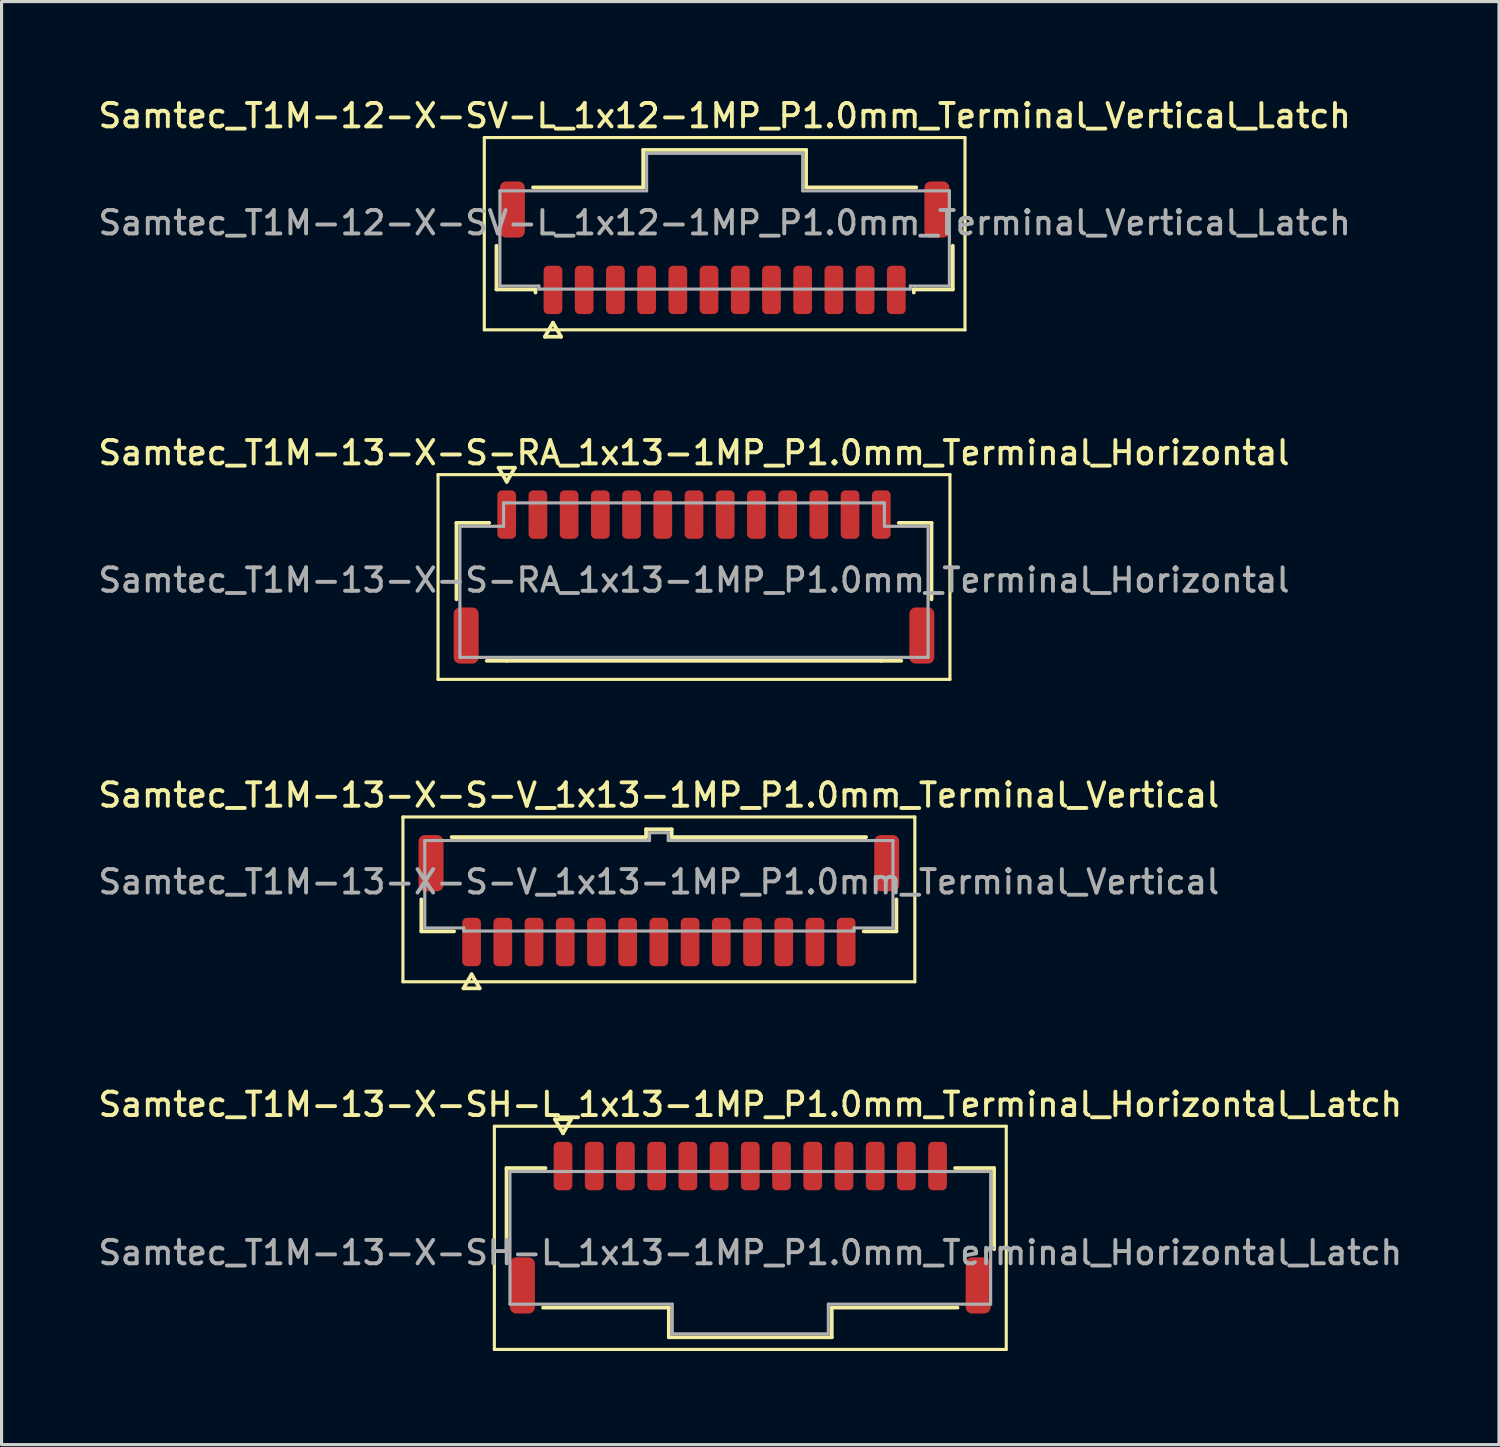
<source format=kicad_pcb>
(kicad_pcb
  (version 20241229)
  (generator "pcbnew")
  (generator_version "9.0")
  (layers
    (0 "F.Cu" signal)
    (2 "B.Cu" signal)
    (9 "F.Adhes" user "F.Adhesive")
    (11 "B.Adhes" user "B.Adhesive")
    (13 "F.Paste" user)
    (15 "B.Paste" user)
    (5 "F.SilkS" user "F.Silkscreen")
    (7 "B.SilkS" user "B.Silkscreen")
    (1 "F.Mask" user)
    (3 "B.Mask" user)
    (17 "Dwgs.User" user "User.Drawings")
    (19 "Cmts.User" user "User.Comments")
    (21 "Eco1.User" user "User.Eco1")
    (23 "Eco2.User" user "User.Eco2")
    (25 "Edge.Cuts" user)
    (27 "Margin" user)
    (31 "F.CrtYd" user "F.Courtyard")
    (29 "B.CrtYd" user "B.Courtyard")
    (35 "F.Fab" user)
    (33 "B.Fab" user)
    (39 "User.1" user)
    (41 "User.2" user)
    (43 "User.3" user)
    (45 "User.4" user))
  (footprint "Samtec_T1M-13-X-S-V_1x13-1MP_P1.0mm_Terminal_Vertical"
    (layer "F.Cu")
    (at 18.059 25.204)
    (property "Reference" "Samtec_T1M-13-X-S-V_1x13-1MP_P1.0mm_Terminal_Vertical" (at 0 -2.78 0) (layer "F.SilkS") (effects (font (size 0.75 0.75) (thickness 0.125))))
    (attr smd)
    (fp_line (start -8.2 -2.08) (end -8.2 3.2) (stroke (width 0.1) (type solid)) (layer "F.SilkS"))
    (fp_line (start -8.2 3.2) (end 8.2 3.2) (stroke (width 0.1) (type solid)) (layer "F.SilkS"))
    (fp_line (start -7.61 1.585) (end -7.61 0.56) (stroke (width 0.12) (type solid)) (layer "F.SilkS"))
    (fp_line (start -6.64 -1.435) (end -0.41 -1.435) (stroke (width 0.12) (type solid)) (layer "F.SilkS"))
    (fp_line (start -6.56 1.585) (end -7.61 1.585) (stroke (width 0.12) (type solid)) (layer "F.SilkS"))
    (fp_line (start -6.26 3.41) (end -6 2.96) (stroke (width 0.12) (type solid)) (layer "F.SilkS"))
    (fp_line (start -6 2.96) (end -5.74 3.41) (stroke (width 0.12) (type solid)) (layer "F.SilkS"))
    (fp_line (start -5.74 3.41) (end -6.26 3.41) (stroke (width 0.12) (type solid)) (layer "F.SilkS"))
    (fp_line (start -0.41 -1.685) (end 0.41 -1.685) (stroke (width 0.12) (type solid)) (layer "F.SilkS"))
    (fp_line (start -0.41 -1.435) (end -0.41 -1.685) (stroke (width 0.12) (type solid)) (layer "F.SilkS"))
    (fp_line (start 0.41 -1.685) (end 0.41 -1.435) (stroke (width 0.12) (type solid)) (layer "F.SilkS"))
    (fp_line (start 0.41 -1.435) (end 6.64 -1.435) (stroke (width 0.12) (type solid)) (layer "F.SilkS"))
    (fp_line (start 7.61 0.56) (end 7.61 1.585) (stroke (width 0.12) (type solid)) (layer "F.SilkS"))
    (fp_line (start 7.61 1.585) (end 6.56 1.585) (stroke (width 0.12) (type solid)) (layer "F.SilkS"))
    (fp_line (start 8.2 -2.08) (end -8.2 -2.08) (stroke (width 0.1) (type solid)) (layer "F.SilkS"))
    (fp_line (start 8.2 3.2) (end 8.2 -2.08) (stroke (width 0.1) (type solid)) (layer "F.SilkS"))
    (fp_line (start -7.5 -1.325) (end -0.3 -1.325) (stroke (width 0.1) (type solid)) (layer "F.Fab"))
    (fp_line (start -7.5 1.475) (end -7.5 -1.325) (stroke (width 0.1) (type solid)) (layer "F.Fab"))
    (fp_line (start -6.25 1.475) (end -7.5 1.475) (stroke (width 0.1) (type solid)) (layer "F.Fab"))
    (fp_line (start -6.25 1.575) (end -6.25 1.475) (stroke (width 0.1) (type solid)) (layer "F.Fab"))
    (fp_line (start -0.3 -1.575) (end 0.3 -1.575) (stroke (width 0.1) (type solid)) (layer "F.Fab"))
    (fp_line (start -0.3 -1.325) (end -0.3 -1.575) (stroke (width 0.1) (type solid)) (layer "F.Fab"))
    (fp_line (start 0.3 -1.575) (end 0.3 -1.325) (stroke (width 0.1) (type solid)) (layer "F.Fab"))
    (fp_line (start 0.3 -1.325) (end 7.5 -1.325) (stroke (width 0.1) (type solid)) (layer "F.Fab"))
    (fp_line (start 6.25 1.475) (end 6.25 1.575) (stroke (width 0.1) (type solid)) (layer "F.Fab"))
    (fp_line (start 6.25 1.575) (end -6.25 1.575) (stroke (width 0.1) (type solid)) (layer "F.Fab"))
    (fp_line (start 7.5 -1.325) (end 7.5 1.475) (stroke (width 0.1) (type solid)) (layer "F.Fab"))
    (fp_line (start 7.5 1.475) (end 6.25 1.475) (stroke (width 0.1) (type solid)) (layer "F.Fab"))
    (fp_text user "${REFERENCE}" (at 0 0 0) (layer "F.Fab") (effects (font (size 0.75 0.75) (thickness 0.125))))
    (pad "1" smd roundrect (at -6 1.925) (size 0.6 1.55) (layers "F.Cu" "F.Mask" "F.Paste") (roundrect_rratio 0.25))
    (pad "2" smd roundrect (at -5 1.925) (size 0.6 1.55) (layers "F.Cu" "F.Mask" "F.Paste") (roundrect_rratio 0.25))
    (pad "3" smd roundrect (at -4 1.925) (size 0.6 1.55) (layers "F.Cu" "F.Mask" "F.Paste") (roundrect_rratio 0.25))
    (pad "4" smd roundrect (at -3 1.925) (size 0.6 1.55) (layers "F.Cu" "F.Mask" "F.Paste") (roundrect_rratio 0.25))
    (pad "5" smd roundrect (at -2 1.925) (size 0.6 1.55) (layers "F.Cu" "F.Mask" "F.Paste") (roundrect_rratio 0.25))
    (pad "6" smd roundrect (at -1 1.925) (size 0.6 1.55) (layers "F.Cu" "F.Mask" "F.Paste") (roundrect_rratio 0.25))
    (pad "7" smd roundrect (at 0 1.925) (size 0.6 1.55) (layers "F.Cu" "F.Mask" "F.Paste") (roundrect_rratio 0.25))
    (pad "8" smd roundrect (at 1 1.925) (size 0.6 1.55) (layers "F.Cu" "F.Mask" "F.Paste") (roundrect_rratio 0.25))
    (pad "9" smd roundrect (at 2 1.925) (size 0.6 1.55) (layers "F.Cu" "F.Mask" "F.Paste") (roundrect_rratio 0.25))
    (pad "10" smd roundrect (at 3 1.925) (size 0.6 1.55) (layers "F.Cu" "F.Mask" "F.Paste") (roundrect_rratio 0.25))
    (pad "11" smd roundrect (at 4 1.925) (size 0.6 1.55) (layers "F.Cu" "F.Mask" "F.Paste") (roundrect_rratio 0.25))
    (pad "12" smd roundrect (at 5 1.925) (size 0.6 1.55) (layers "F.Cu" "F.Mask" "F.Paste") (roundrect_rratio 0.25))
    (pad "13" smd roundrect (at 6 1.925) (size 0.6 1.55) (layers "F.Cu" "F.Mask" "F.Paste") (roundrect_rratio 0.25))
    (pad "MP" smd roundrect (at -7.3 -0.6) (size 0.8 1.8) (layers "F.Cu" "F.Mask" "F.Paste") (roundrect_rratio 0.25))
    (pad "MP" smd roundrect (at 7.3 -0.6) (size 0.8 1.8) (layers "F.Cu" "F.Mask" "F.Paste") (roundrect_rratio 0.25)))
  (footprint "Samtec_T1M-13-X-SH-L_1x13-1MP_P1.0mm_Terminal_Horizontal_Latch"
    (layer "F.Cu")
    (at 20.988 37.083)
    (property "Reference" "Samtec_T1M-13-X-SH-L_1x13-1MP_P1.0mm_Terminal_Horizontal_Latch" (at 0 -4.75 0) (layer "F.SilkS") (effects (font (size 0.75 0.75) (thickness 0.125))))
    (attr smd)
    (fp_line (start -8.2 -4.05) (end -8.2 3.1) (stroke (width 0.1) (type solid)) (layer "F.SilkS"))
    (fp_line (start -8.2 3.1) (end 8.2 3.1) (stroke (width 0.1) (type solid)) (layer "F.SilkS"))
    (fp_line (start -7.81 -2.71) (end -6.56 -2.71) (stroke (width 0.12) (type solid)) (layer "F.SilkS"))
    (fp_line (start -7.81 -0.11) (end -7.81 -2.71) (stroke (width 0.12) (type solid)) (layer "F.SilkS"))
    (fp_line (start -6.26 -4.275) (end -6 -3.825) (stroke (width 0.12) (type solid)) (layer "F.SilkS"))
    (fp_line (start -6 -3.825) (end -5.74 -4.275) (stroke (width 0.12) (type solid)) (layer "F.SilkS"))
    (fp_line (start -5.74 -4.275) (end -6.26 -4.275) (stroke (width 0.12) (type solid)) (layer "F.SilkS"))
    (fp_line (start -2.61 1.76) (end -6.64 1.76) (stroke (width 0.12) (type solid)) (layer "F.SilkS"))
    (fp_line (start -2.61 2.71) (end -2.61 1.76) (stroke (width 0.12) (type solid)) (layer "F.SilkS"))
    (fp_line (start 2.61 1.76) (end 2.61 2.71) (stroke (width 0.12) (type solid)) (layer "F.SilkS"))
    (fp_line (start 2.61 2.71) (end -2.61 2.71) (stroke (width 0.12) (type solid)) (layer "F.SilkS"))
    (fp_line (start 6.56 -2.71) (end 7.81 -2.71) (stroke (width 0.12) (type solid)) (layer "F.SilkS"))
    (fp_line (start 6.64 1.76) (end 2.61 1.76) (stroke (width 0.12) (type solid)) (layer "F.SilkS"))
    (fp_line (start 7.81 -2.71) (end 7.81 -0.11) (stroke (width 0.12) (type solid)) (layer "F.SilkS"))
    (fp_line (start 8.2 -4.05) (end -8.2 -4.05) (stroke (width 0.1) (type solid)) (layer "F.SilkS"))
    (fp_line (start 8.2 3.1) (end 8.2 -4.05) (stroke (width 0.1) (type solid)) (layer "F.SilkS"))
    (fp_line (start -7.7 -2.6) (end 7.7 -2.6) (stroke (width 0.1) (type solid)) (layer "F.Fab"))
    (fp_line (start -7.7 1.65) (end -7.7 -2.6) (stroke (width 0.1) (type solid)) (layer "F.Fab"))
    (fp_line (start -2.5 1.65) (end -7.7 1.65) (stroke (width 0.1) (type solid)) (layer "F.Fab"))
    (fp_line (start -2.5 2.6) (end -2.5 1.65) (stroke (width 0.1) (type solid)) (layer "F.Fab"))
    (fp_line (start 2.5 1.65) (end 2.5 2.6) (stroke (width 0.1) (type solid)) (layer "F.Fab"))
    (fp_line (start 2.5 2.6) (end -2.5 2.6) (stroke (width 0.1) (type solid)) (layer "F.Fab"))
    (fp_line (start 7.7 -2.6) (end 7.7 1.65) (stroke (width 0.1) (type solid)) (layer "F.Fab"))
    (fp_line (start 7.7 1.65) (end 2.5 1.65) (stroke (width 0.1) (type solid)) (layer "F.Fab"))
    (fp_text user "${REFERENCE}" (at 0 0 0) (layer "F.Fab") (effects (font (size 0.75 0.75) (thickness 0.125))))
    (pad "1" smd roundrect (at -6 -2.775) (size 0.6 1.55) (layers "F.Cu" "F.Mask" "F.Paste") (roundrect_rratio 0.25))
    (pad "2" smd roundrect (at -5 -2.775) (size 0.6 1.55) (layers "F.Cu" "F.Mask" "F.Paste") (roundrect_rratio 0.25))
    (pad "3" smd roundrect (at -4 -2.775) (size 0.6 1.55) (layers "F.Cu" "F.Mask" "F.Paste") (roundrect_rratio 0.25))
    (pad "4" smd roundrect (at -3 -2.775) (size 0.6 1.55) (layers "F.Cu" "F.Mask" "F.Paste") (roundrect_rratio 0.25))
    (pad "5" smd roundrect (at -2 -2.775) (size 0.6 1.55) (layers "F.Cu" "F.Mask" "F.Paste") (roundrect_rratio 0.25))
    (pad "6" smd roundrect (at -1 -2.775) (size 0.6 1.55) (layers "F.Cu" "F.Mask" "F.Paste") (roundrect_rratio 0.25))
    (pad "7" smd roundrect (at 0 -2.775) (size 0.6 1.55) (layers "F.Cu" "F.Mask" "F.Paste") (roundrect_rratio 0.25))
    (pad "8" smd roundrect (at 1 -2.775) (size 0.6 1.55) (layers "F.Cu" "F.Mask" "F.Paste") (roundrect_rratio 0.25))
    (pad "9" smd roundrect (at 2 -2.775) (size 0.6 1.55) (layers "F.Cu" "F.Mask" "F.Paste") (roundrect_rratio 0.25))
    (pad "10" smd roundrect (at 3 -2.775) (size 0.6 1.55) (layers "F.Cu" "F.Mask" "F.Paste") (roundrect_rratio 0.25))
    (pad "11" smd roundrect (at 4 -2.775) (size 0.6 1.55) (layers "F.Cu" "F.Mask" "F.Paste") (roundrect_rratio 0.25))
    (pad "12" smd roundrect (at 5 -2.775) (size 0.6 1.55) (layers "F.Cu" "F.Mask" "F.Paste") (roundrect_rratio 0.25))
    (pad "13" smd roundrect (at 6 -2.775) (size 0.6 1.55) (layers "F.Cu" "F.Mask" "F.Paste") (roundrect_rratio 0.25))
    (pad "MP" smd roundrect (at -7.3 1.05) (size 0.8 1.8) (layers "F.Cu" "F.Mask" "F.Paste") (roundrect_rratio 0.25))
    (pad "MP" smd roundrect (at 7.3 1.05) (size 0.8 1.8) (layers "F.Cu" "F.Mask" "F.Paste") (roundrect_rratio 0.25)))
  (footprint "Samtec_T1M-13-X-S-RA_1x13-1MP_P1.0mm_Terminal_Horizontal"
    (layer "F.Cu")
    (at 19.184 15.536)
    (property "Reference" "Samtec_T1M-13-X-S-RA_1x13-1MP_P1.0mm_Terminal_Horizontal" (at 0 -4.08 0) (layer "F.SilkS") (effects (font (size 0.75 0.75) (thickness 0.125))))
    (attr smd)
    (fp_line (start -8.2 -3.38) (end -8.2 3.18) (stroke (width 0.1) (type solid)) (layer "F.SilkS"))
    (fp_line (start -8.2 3.18) (end 8.2 3.18) (stroke (width 0.1) (type solid)) (layer "F.SilkS"))
    (fp_line (start -7.61 -1.835) (end -6.56 -1.835) (stroke (width 0.12) (type solid)) (layer "F.SilkS"))
    (fp_line (start -7.61 0.615) (end -7.61 -1.835) (stroke (width 0.12) (type solid)) (layer "F.SilkS"))
    (fp_line (start -6.26 -3.6) (end -6 -3.15) (stroke (width 0.12) (type solid)) (layer "F.SilkS"))
    (fp_line (start -6 -3.15) (end -5.74 -3.6) (stroke (width 0.12) (type solid)) (layer "F.SilkS"))
    (fp_line (start -6 2.585) (end -6.64 2.585) (stroke (width 0.12) (type solid)) (layer "F.SilkS"))
    (fp_line (start -5.74 -3.6) (end -6.26 -3.6) (stroke (width 0.12) (type solid)) (layer "F.SilkS"))
    (fp_line (start 6 2.585) (end -6 2.585) (stroke (width 0.12) (type solid)) (layer "F.SilkS"))
    (fp_line (start 6.56 -1.835) (end 7.61 -1.835) (stroke (width 0.12) (type solid)) (layer "F.SilkS"))
    (fp_line (start 6.64 2.585) (end 6 2.585) (stroke (width 0.12) (type solid)) (layer "F.SilkS"))
    (fp_line (start 7.61 -1.835) (end 7.61 0.615) (stroke (width 0.12) (type solid)) (layer "F.SilkS"))
    (fp_line (start 8.2 -3.38) (end -8.2 -3.38) (stroke (width 0.1) (type solid)) (layer "F.SilkS"))
    (fp_line (start 8.2 3.18) (end 8.2 -3.38) (stroke (width 0.1) (type solid)) (layer "F.SilkS"))
    (fp_line (start -7.5 -1.725) (end -6.1 -1.725) (stroke (width 0.1) (type solid)) (layer "F.Fab"))
    (fp_line (start -7.5 2.475) (end -7.5 -1.725) (stroke (width 0.1) (type solid)) (layer "F.Fab"))
    (fp_line (start -6.1 -2.475) (end -6 -2.475) (stroke (width 0.1) (type solid)) (layer "F.Fab"))
    (fp_line (start -6.1 -1.725) (end -6.1 -2.475) (stroke (width 0.1) (type solid)) (layer "F.Fab"))
    (fp_line (start -6 -2.475) (end 6 -2.475) (stroke (width 0.1) (type solid)) (layer "F.Fab"))
    (fp_line (start -6 2.475) (end -7.5 2.475) (stroke (width 0.1) (type solid)) (layer "F.Fab"))
    (fp_line (start 6 -2.475) (end 6.1 -2.475) (stroke (width 0.1) (type solid)) (layer "F.Fab"))
    (fp_line (start 6 2.475) (end -6 2.475) (stroke (width 0.1) (type solid)) (layer "F.Fab"))
    (fp_line (start 6.1 -2.475) (end 6.1 -1.725) (stroke (width 0.1) (type solid)) (layer "F.Fab"))
    (fp_line (start 6.1 -1.725) (end 7.5 -1.725) (stroke (width 0.1) (type solid)) (layer "F.Fab"))
    (fp_line (start 7.5 -1.725) (end 7.5 2.475) (stroke (width 0.1) (type solid)) (layer "F.Fab"))
    (fp_line (start 7.5 2.475) (end 6 2.475) (stroke (width 0.1) (type solid)) (layer "F.Fab"))
    (fp_text user "${REFERENCE}" (at 0 0 0) (layer "F.Fab") (effects (font (size 0.75 0.75) (thickness 0.125))))
    (pad "1" smd roundrect (at -6 -2.1) (size 0.6 1.55) (layers "F.Cu" "F.Mask" "F.Paste") (roundrect_rratio 0.25))
    (pad "2" smd roundrect (at -5 -2.1) (size 0.6 1.55) (layers "F.Cu" "F.Mask" "F.Paste") (roundrect_rratio 0.25))
    (pad "3" smd roundrect (at -4 -2.1) (size 0.6 1.55) (layers "F.Cu" "F.Mask" "F.Paste") (roundrect_rratio 0.25))
    (pad "4" smd roundrect (at -3 -2.1) (size 0.6 1.55) (layers "F.Cu" "F.Mask" "F.Paste") (roundrect_rratio 0.25))
    (pad "5" smd roundrect (at -2 -2.1) (size 0.6 1.55) (layers "F.Cu" "F.Mask" "F.Paste") (roundrect_rratio 0.25))
    (pad "6" smd roundrect (at -1 -2.1) (size 0.6 1.55) (layers "F.Cu" "F.Mask" "F.Paste") (roundrect_rratio 0.25))
    (pad "7" smd roundrect (at 0 -2.1) (size 0.6 1.55) (layers "F.Cu" "F.Mask" "F.Paste") (roundrect_rratio 0.25))
    (pad "8" smd roundrect (at 1 -2.1) (size 0.6 1.55) (layers "F.Cu" "F.Mask" "F.Paste") (roundrect_rratio 0.25))
    (pad "9" smd roundrect (at 2 -2.1) (size 0.6 1.55) (layers "F.Cu" "F.Mask" "F.Paste") (roundrect_rratio 0.25))
    (pad "10" smd roundrect (at 3 -2.1) (size 0.6 1.55) (layers "F.Cu" "F.Mask" "F.Paste") (roundrect_rratio 0.25))
    (pad "11" smd roundrect (at 4 -2.1) (size 0.6 1.55) (layers "F.Cu" "F.Mask" "F.Paste") (roundrect_rratio 0.25))
    (pad "12" smd roundrect (at 5 -2.1) (size 0.6 1.55) (layers "F.Cu" "F.Mask" "F.Paste") (roundrect_rratio 0.25))
    (pad "13" smd roundrect (at 6 -2.1) (size 0.6 1.55) (layers "F.Cu" "F.Mask" "F.Paste") (roundrect_rratio 0.25))
    (pad "MP" smd roundrect (at -7.3 1.775) (size 0.8 1.8) (layers "F.Cu" "F.Mask" "F.Paste") (roundrect_rratio 0.25))
    (pad "MP" smd roundrect (at 7.3 1.775) (size 0.8 1.8) (layers "F.Cu" "F.Mask" "F.Paste") (roundrect_rratio 0.25)))
  (footprint "Samtec_T1M-12-X-SV-L_1x12-1MP_P1.0mm_Terminal_Vertical_Latch"
    (layer "F.Cu")
    (at 20.166 4.088)
    (property "Reference" "Samtec_T1M-12-X-SV-L_1x12-1MP_P1.0mm_Terminal_Vertical_Latch" (at 0 -3.43 0) (layer "F.SilkS") (effects (font (size 0.75 0.75) (thickness 0.125))))
    (attr smd)
    (fp_line (start -7.7 -2.73) (end -7.7 3.43) (stroke (width 0.1) (type solid)) (layer "F.SilkS"))
    (fp_line (start -7.7 3.43) (end 7.7 3.43) (stroke (width 0.1) (type solid)) (layer "F.SilkS"))
    (fp_line (start -7.31 2.135) (end -7.31 0.735) (stroke (width 0.12) (type solid)) (layer "F.SilkS"))
    (fp_line (start -6.14 -1.135) (end -2.61 -1.135) (stroke (width 0.12) (type solid)) (layer "F.SilkS"))
    (fp_line (start -6.06 2.135) (end -7.31 2.135) (stroke (width 0.12) (type solid)) (layer "F.SilkS"))
    (fp_line (start -6.06 2.235) (end -6.06 2.135) (stroke (width 0.12) (type solid)) (layer "F.SilkS"))
    (fp_line (start -5.76 3.65) (end -5.5 3.2) (stroke (width 0.12) (type solid)) (layer "F.SilkS"))
    (fp_line (start -5.5 3.2) (end -5.24 3.65) (stroke (width 0.12) (type solid)) (layer "F.SilkS"))
    (fp_line (start -5.24 3.65) (end -5.76 3.65) (stroke (width 0.12) (type solid)) (layer "F.SilkS"))
    (fp_line (start -2.61 -2.335) (end 2.61 -2.335) (stroke (width 0.12) (type solid)) (layer "F.SilkS"))
    (fp_line (start -2.61 -1.135) (end -2.61 -2.335) (stroke (width 0.12) (type solid)) (layer "F.SilkS"))
    (fp_line (start 2.61 -2.335) (end 2.61 -1.135) (stroke (width 0.12) (type solid)) (layer "F.SilkS"))
    (fp_line (start 2.61 -1.135) (end 6.14 -1.135) (stroke (width 0.12) (type solid)) (layer "F.SilkS"))
    (fp_line (start 6.06 2.135) (end 6.06 2.235) (stroke (width 0.12) (type solid)) (layer "F.SilkS"))
    (fp_line (start 7.31 0.735) (end 7.31 2.135) (stroke (width 0.12) (type solid)) (layer "F.SilkS"))
    (fp_line (start 7.31 2.135) (end 6.06 2.135) (stroke (width 0.12) (type solid)) (layer "F.SilkS"))
    (fp_line (start 7.7 -2.73) (end -7.7 -2.73) (stroke (width 0.1) (type solid)) (layer "F.SilkS"))
    (fp_line (start 7.7 3.43) (end 7.7 -2.73) (stroke (width 0.1) (type solid)) (layer "F.SilkS"))
    (fp_line (start -7.2 -1.025) (end -2.5 -1.025) (stroke (width 0.1) (type solid)) (layer "F.Fab"))
    (fp_line (start -7.2 2.025) (end -7.2 -1.025) (stroke (width 0.1) (type solid)) (layer "F.Fab"))
    (fp_line (start -5.95 2.025) (end -7.2 2.025) (stroke (width 0.1) (type solid)) (layer "F.Fab"))
    (fp_line (start -5.95 2.125) (end -5.95 2.025) (stroke (width 0.1) (type solid)) (layer "F.Fab"))
    (fp_line (start -2.5 -2.225) (end 2.5 -2.225) (stroke (width 0.1) (type solid)) (layer "F.Fab"))
    (fp_line (start -2.5 -1.025) (end -2.5 -2.225) (stroke (width 0.1) (type solid)) (layer "F.Fab"))
    (fp_line (start 2.5 -2.225) (end 2.5 -1.025) (stroke (width 0.1) (type solid)) (layer "F.Fab"))
    (fp_line (start 2.5 -1.025) (end 7.2 -1.025) (stroke (width 0.1) (type solid)) (layer "F.Fab"))
    (fp_line (start 5.95 2.025) (end 5.95 2.125) (stroke (width 0.1) (type solid)) (layer "F.Fab"))
    (fp_line (start 5.95 2.125) (end -5.95 2.125) (stroke (width 0.1) (type solid)) (layer "F.Fab"))
    (fp_line (start 7.2 -1.025) (end 7.2 2.025) (stroke (width 0.1) (type solid)) (layer "F.Fab"))
    (fp_line (start 7.2 2.025) (end 5.95 2.025) (stroke (width 0.1) (type solid)) (layer "F.Fab"))
    (fp_text user "${REFERENCE}" (at 0 0 0) (layer "F.Fab") (effects (font (size 0.75 0.75) (thickness 0.125))))
    (pad "1" smd roundrect (at -5.5 2.15) (size 0.6 1.55) (layers "F.Cu" "F.Mask" "F.Paste") (roundrect_rratio 0.25))
    (pad "2" smd roundrect (at -4.5 2.15) (size 0.6 1.55) (layers "F.Cu" "F.Mask" "F.Paste") (roundrect_rratio 0.25))
    (pad "3" smd roundrect (at -3.5 2.15) (size 0.6 1.55) (layers "F.Cu" "F.Mask" "F.Paste") (roundrect_rratio 0.25))
    (pad "4" smd roundrect (at -2.5 2.15) (size 0.6 1.55) (layers "F.Cu" "F.Mask" "F.Paste") (roundrect_rratio 0.25))
    (pad "5" smd roundrect (at -1.5 2.15) (size 0.6 1.55) (layers "F.Cu" "F.Mask" "F.Paste") (roundrect_rratio 0.25))
    (pad "6" smd roundrect (at -0.5 2.15) (size 0.6 1.55) (layers "F.Cu" "F.Mask" "F.Paste") (roundrect_rratio 0.25))
    (pad "7" smd roundrect (at 0.5 2.15) (size 0.6 1.55) (layers "F.Cu" "F.Mask" "F.Paste") (roundrect_rratio 0.25))
    (pad "8" smd roundrect (at 1.5 2.15) (size 0.6 1.55) (layers "F.Cu" "F.Mask" "F.Paste") (roundrect_rratio 0.25))
    (pad "9" smd roundrect (at 2.5 2.15) (size 0.6 1.55) (layers "F.Cu" "F.Mask" "F.Paste") (roundrect_rratio 0.25))
    (pad "10" smd roundrect (at 3.5 2.15) (size 0.6 1.55) (layers "F.Cu" "F.Mask" "F.Paste") (roundrect_rratio 0.25))
    (pad "11" smd roundrect (at 4.5 2.15) (size 0.6 1.55) (layers "F.Cu" "F.Mask" "F.Paste") (roundrect_rratio 0.25))
    (pad "12" smd roundrect (at 5.5 2.15) (size 0.6 1.55) (layers "F.Cu" "F.Mask" "F.Paste") (roundrect_rratio 0.25))
    (pad "MP" smd roundrect (at -6.8 -0.425) (size 0.8 1.8) (layers "F.Cu" "F.Mask" "F.Paste") (roundrect_rratio 0.25))
    (pad "MP" smd roundrect (at 6.8 -0.425) (size 0.8 1.8) (layers "F.Cu" "F.Mask" "F.Paste") (roundrect_rratio 0.25)))
  (gr_rect
    (start -3 -3)
    (end 44.975 43.233)
    (stroke (width 0.1) (type default))
    (fill no)
    (layer "Edge.Cuts")))
</source>
